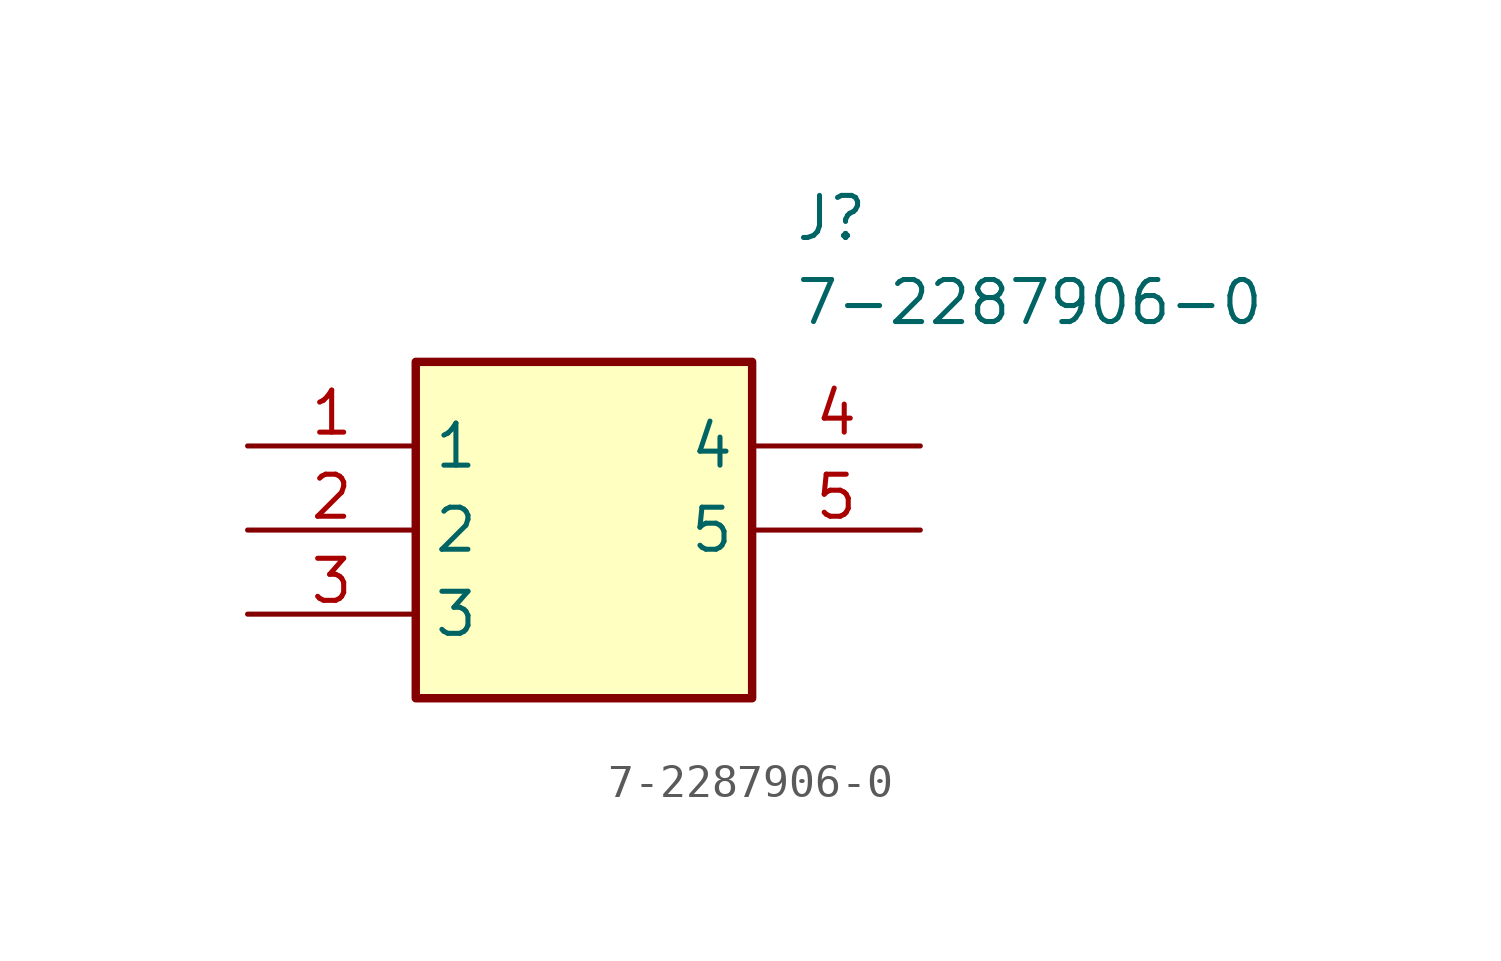
<source format=kicad_sym>
(kicad_symbol_lib
  (version 20211014)
  (generator SamacSys_ECAD_Model)
  (symbol "7-2287906-0"
    (property "Reference" "J"
      (at 16.51 7.62 0)
      (effects (font (size 1.27 1.27)) (justify left top)))
    (property "Value" "7-2287906-0"
      (at 16.51 5.08 0)
      (effects (font (size 1.27 1.27)) (justify left top)))
    (rectangle
      (start 5.08 2.54)
      (end 15.24 -7.62)
      (stroke (width 0.254) (type default))
      (fill (type background)))
    (pin passive line
      (at 0 0 0)
      (length 5.08)
      (name "1" (effects (font (size 1.27 1.27))))
      (number "1" (effects (font (size 1.27 1.27)))))
    (pin passive line
      (at 0 -2.54 0)
      (length 5.08)
      (name "2" (effects (font (size 1.27 1.27))))
      (number "2" (effects (font (size 1.27 1.27)))))
    (pin passive line
      (at 0 -5.08 0)
      (length 5.08)
      (name "3" (effects (font (size 1.27 1.27))))
      (number "3" (effects (font (size 1.27 1.27)))))
    (pin passive line
      (at 20.32 0 180)
      (length 5.08)
      (name "4" (effects (font (size 1.27 1.27))))
      (number "4" (effects (font (size 1.27 1.27)))))
    (pin passive line
      (at 20.32 -2.54 180)
      (length 5.08)
      (name "5" (effects (font (size 1.27 1.27))))
      (number "5" (effects (font (size 1.27 1.27)))))))
</source>
